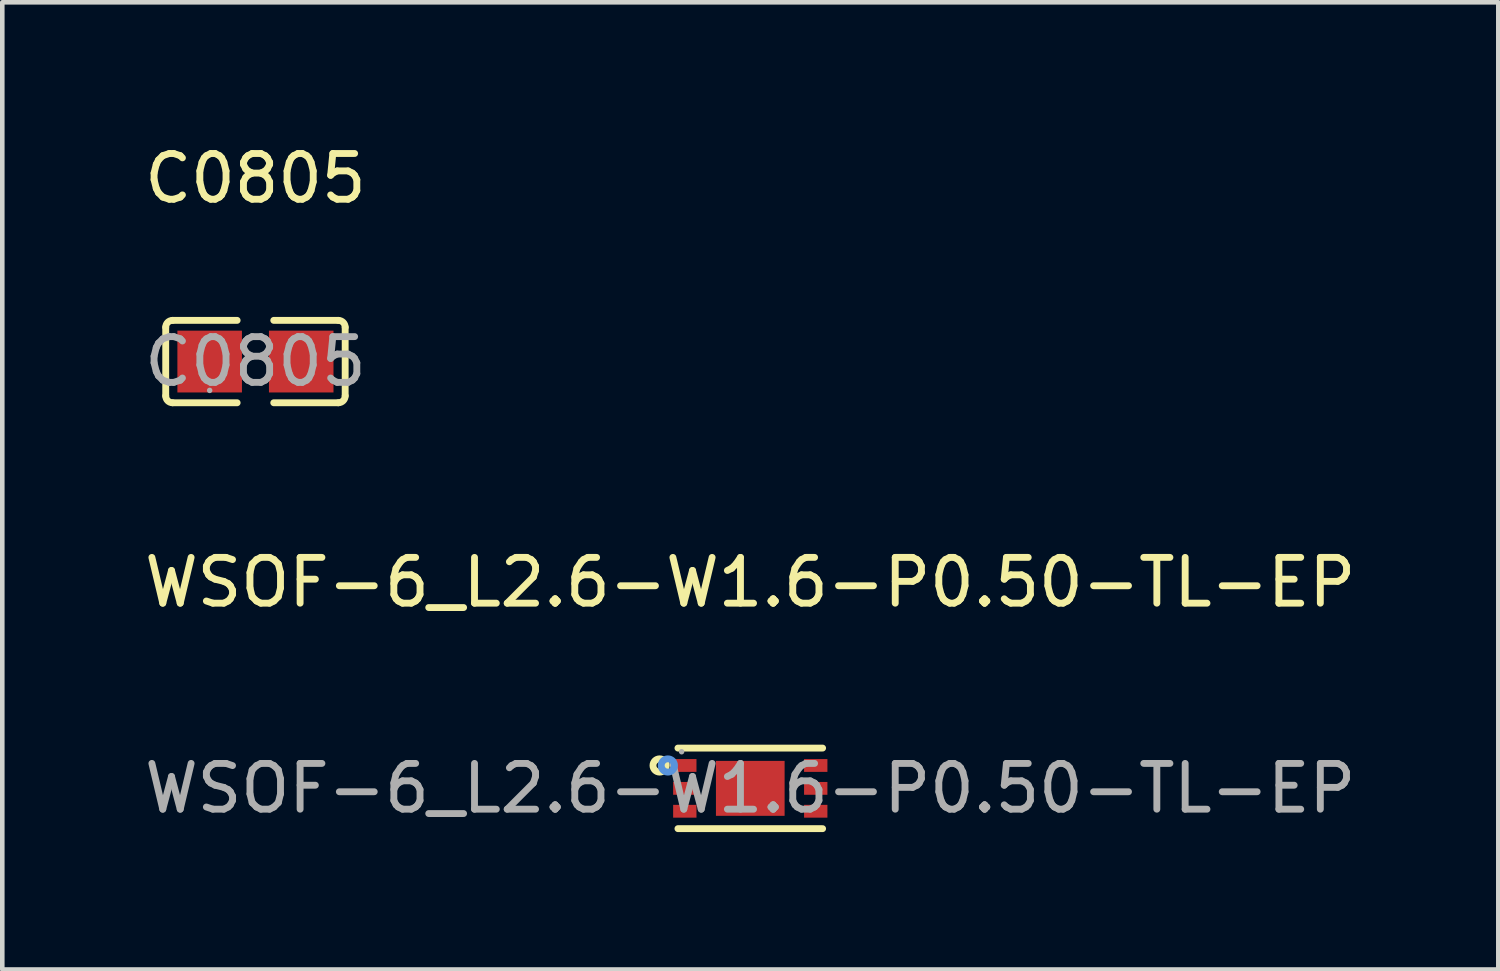
<source format=kicad_pcb>
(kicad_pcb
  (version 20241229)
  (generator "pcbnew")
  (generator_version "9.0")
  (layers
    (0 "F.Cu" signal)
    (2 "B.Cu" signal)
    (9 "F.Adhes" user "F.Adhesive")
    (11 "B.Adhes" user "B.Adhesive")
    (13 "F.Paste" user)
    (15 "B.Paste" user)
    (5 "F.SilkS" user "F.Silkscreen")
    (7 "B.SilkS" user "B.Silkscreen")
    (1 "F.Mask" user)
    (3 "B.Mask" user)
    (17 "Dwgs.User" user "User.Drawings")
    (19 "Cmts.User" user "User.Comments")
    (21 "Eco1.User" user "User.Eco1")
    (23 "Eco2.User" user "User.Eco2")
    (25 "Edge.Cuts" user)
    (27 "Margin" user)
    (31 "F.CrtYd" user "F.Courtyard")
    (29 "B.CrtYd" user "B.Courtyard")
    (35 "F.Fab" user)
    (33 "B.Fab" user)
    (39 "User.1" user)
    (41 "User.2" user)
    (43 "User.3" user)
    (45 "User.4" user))
  (footprint "C0805"
    (layer "F.Cu")
    (at 2.53 4.848)
    (property "Reference" "C0805" (at 0 -4 0) (layer "F.SilkS") (effects (font (size 1 1) (thickness 0.15))))
    (attr smd)
    (fp_line (start -1.96 0.75) (end -1.96 -0.75) (stroke (width 0.15) (type solid)) (layer "F.SilkS"))
    (fp_line (start -1.81 -0.9) (end -0.4 -0.9) (stroke (width 0.15) (type solid)) (layer "F.SilkS"))
    (fp_line (start -0.4 0.9) (end -1.81 0.9) (stroke (width 0.15) (type solid)) (layer "F.SilkS"))
    (fp_line (start 0.4 0.9) (end 1.81 0.9) (stroke (width 0.15) (type solid)) (layer "F.SilkS"))
    (fp_line (start 1.81 -0.9) (end 0.4 -0.9) (stroke (width 0.15) (type solid)) (layer "F.SilkS"))
    (fp_line (start 1.96 0.75) (end 1.96 -0.75) (stroke (width 0.15) (type solid)) (layer "F.SilkS"))
    (fp_arc (start -1.96 -0.75) (mid -1.916066 -0.856066) (end -1.81 -0.9) (stroke (width 0.15) (type solid)) (layer "F.SilkS"))
    (fp_arc (start -1.81 0.9) (mid -1.916066 0.856066) (end -1.96 0.75) (stroke (width 0.15) (type solid)) (layer "F.SilkS"))
    (fp_arc (start 1.81 -0.9) (mid 1.916066 -0.856066) (end 1.96 -0.75) (stroke (width 0.15) (type solid)) (layer "F.SilkS"))
    (fp_arc (start 1.96 0.75) (mid 1.916066 0.856066) (end 1.81 0.9) (stroke (width 0.15) (type solid)) (layer "F.SilkS"))
    (fp_circle (center -1 0.63) (end -0.97 0.63) (stroke (width 0.06) (type solid)) (fill no) (layer "F.Fab"))
    (fp_text user "${REFERENCE}" (at 0 0 0) (layer "F.Fab") (effects (font (size 1 1) (thickness 0.15))))
    (pad "1" smd rect (at -1 0) (size 1.41 1.35) (layers "F.Cu" "F.Mask" "F.Paste"))
    (pad "2" smd rect (at 1 0) (size 1.41 1.35) (layers "F.Cu" "F.Mask" "F.Paste")))
  (footprint "WSOF-6_L2.6-W1.6-P0.50-TL-EP"
    (layer "F.Cu")
    (at 13.339 14.171)
    (property "Reference" "WSOF-6_L2.6-W1.6-P0.50-TL-EP" (at 0 -4.5 0) (layer "F.SilkS") (effects (font (size 1 1) (thickness 0.15))))
    (attr smd)
    (fp_line (start -1.58 -0.88) (end 1.58 -0.88) (stroke (width 0.15) (type solid)) (layer "F.SilkS"))
    (fp_line (start -1.58 0.88) (end 1.58 0.88) (stroke (width 0.15) (type solid)) (layer "F.SilkS"))
    (fp_circle (center -1.98 -0.5) (end -1.91 -0.5) (stroke (width 0.15) (type solid)) (fill no) (layer "F.SilkS"))
    (fp_circle (center -1.8 -0.5) (end -1.73 -0.5) (stroke (width 0.15) (type solid)) (fill no) (layer "Cmts.User"))
    (fp_circle (center -1.5 -0.8) (end -1.47 -0.8) (stroke (width 0.06) (type solid)) (fill no) (layer "F.Fab"))
    (fp_text user "${REFERENCE}" (at 0 0 0) (layer "F.Fab") (effects (font (size 1 1) (thickness 0.15))))
    (pad "1" smd rect (at -1.43 -0.5) (size 0.51 0.28) (layers "F.Cu" "F.Mask" "F.Paste"))
    (pad "2" smd rect (at -1.43 0) (size 0.51 0.28) (layers "F.Cu" "F.Mask" "F.Paste"))
    (pad "3" smd rect (at -1.43 0.5) (size 0.51 0.28) (layers "F.Cu" "F.Mask" "F.Paste"))
    (pad "4" smd rect (at 1.43 0.5) (size 0.51 0.28) (layers "F.Cu" "F.Mask" "F.Paste"))
    (pad "5" smd rect (at 1.43 0) (size 0.51 0.28) (layers "F.Cu" "F.Mask" "F.Paste"))
    (pad "6" smd rect (at 1.43 -0.5) (size 0.51 0.28) (layers "F.Cu" "F.Mask" "F.Paste"))
    (pad "7" smd rect (at 0 0) (size 1.5 1.2) (layers "F.Cu" "F.Mask" "F.Paste")))
  (gr_rect
    (start -3 -3)
    (end 29.679 18.127)
    (stroke (width 0.1) (type default))
    (fill no)
    (layer "Edge.Cuts")))
</source>
